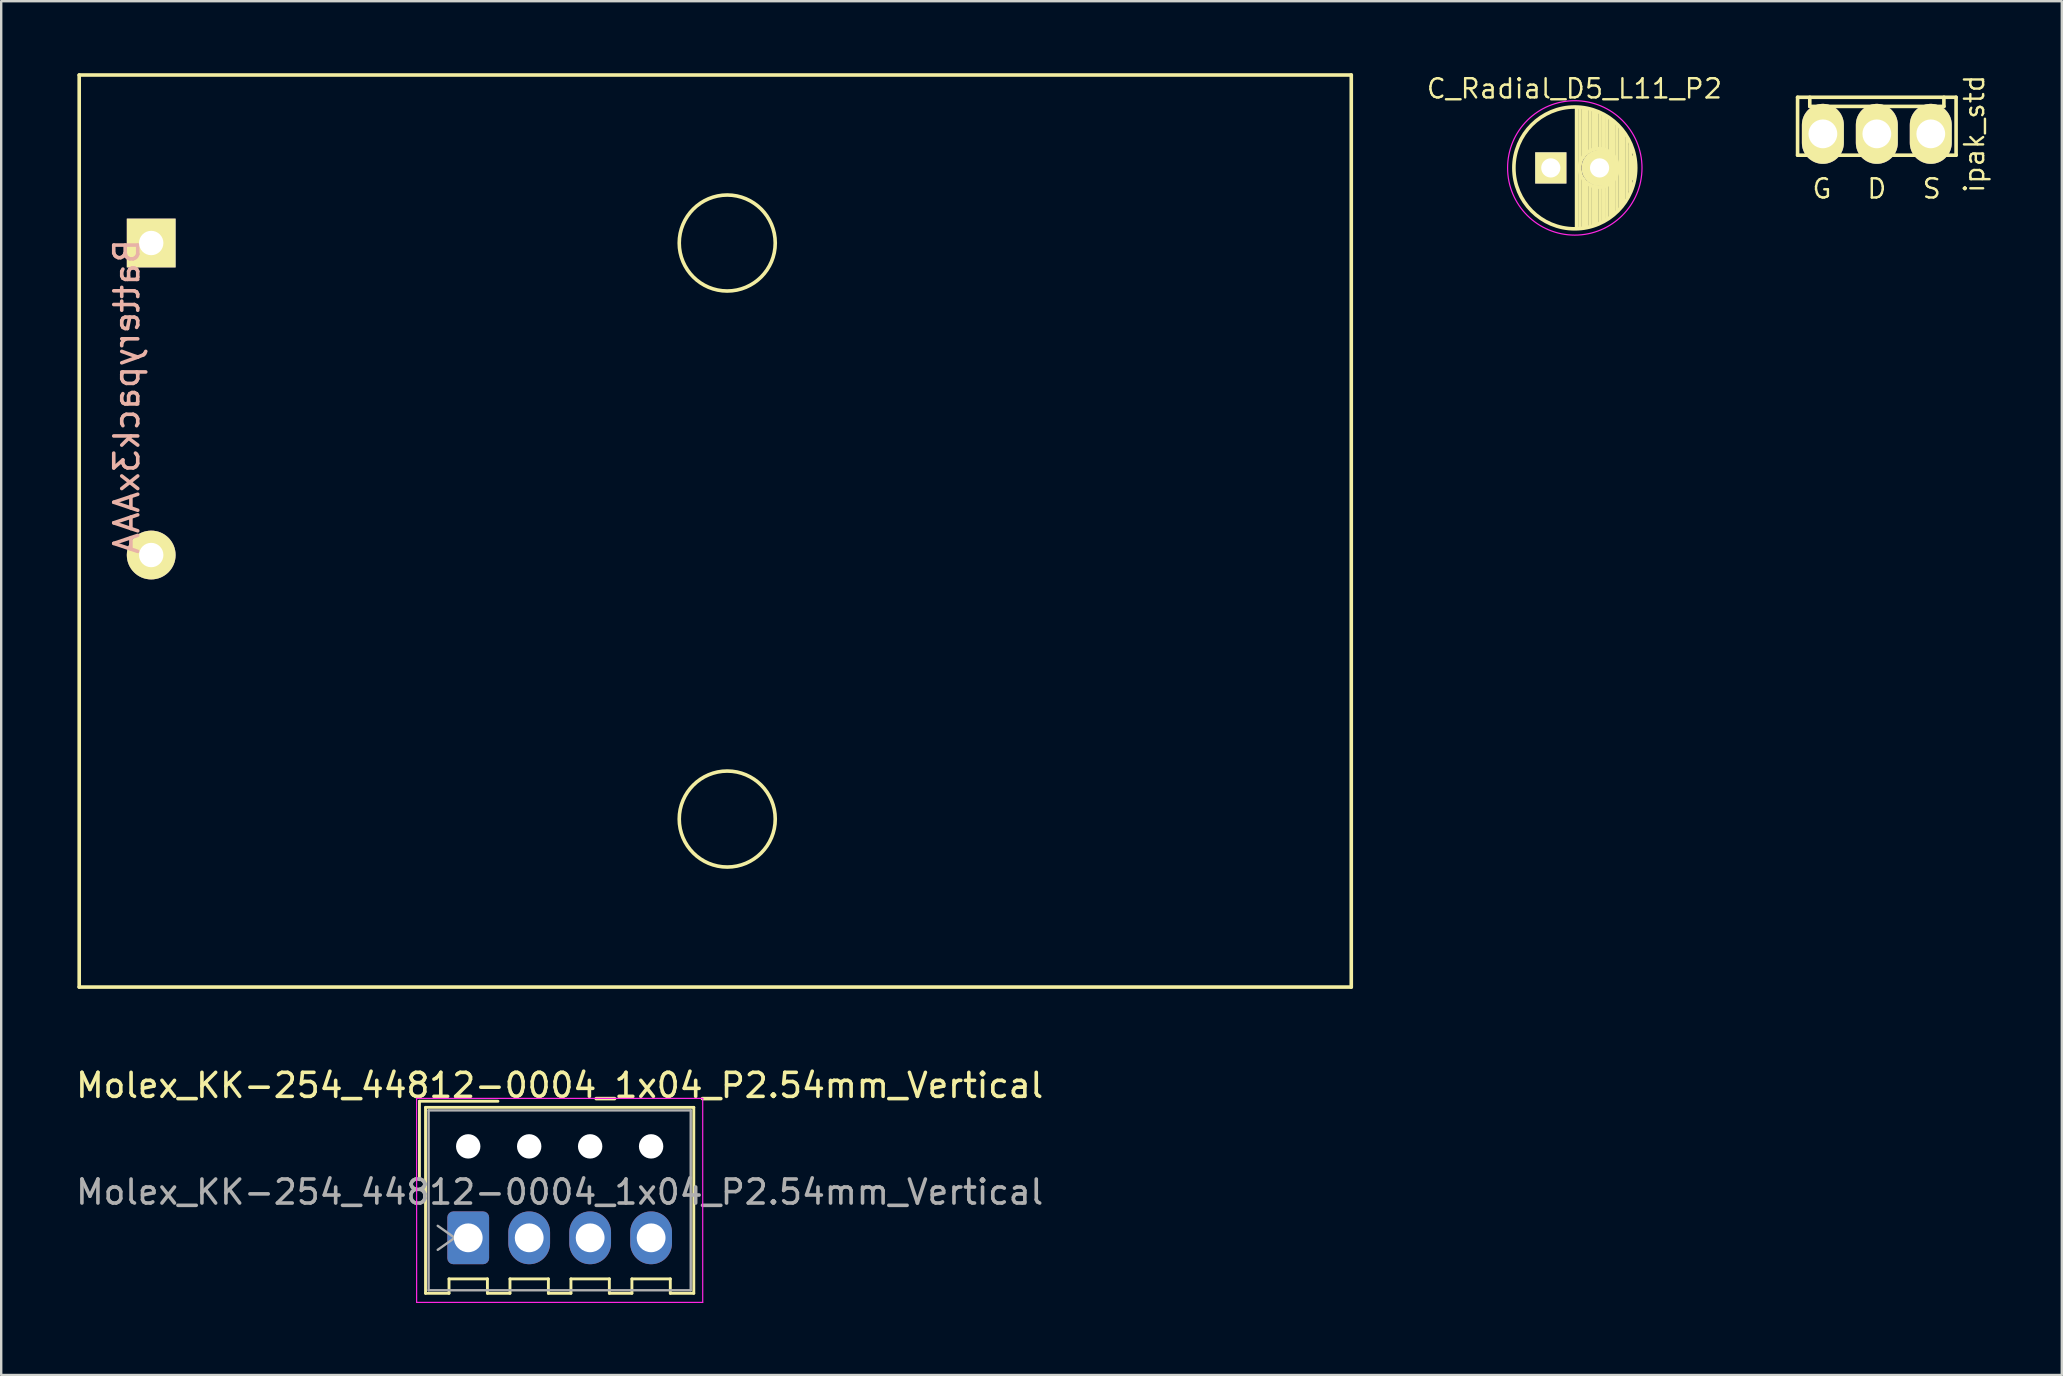
<source format=kicad_pcb>
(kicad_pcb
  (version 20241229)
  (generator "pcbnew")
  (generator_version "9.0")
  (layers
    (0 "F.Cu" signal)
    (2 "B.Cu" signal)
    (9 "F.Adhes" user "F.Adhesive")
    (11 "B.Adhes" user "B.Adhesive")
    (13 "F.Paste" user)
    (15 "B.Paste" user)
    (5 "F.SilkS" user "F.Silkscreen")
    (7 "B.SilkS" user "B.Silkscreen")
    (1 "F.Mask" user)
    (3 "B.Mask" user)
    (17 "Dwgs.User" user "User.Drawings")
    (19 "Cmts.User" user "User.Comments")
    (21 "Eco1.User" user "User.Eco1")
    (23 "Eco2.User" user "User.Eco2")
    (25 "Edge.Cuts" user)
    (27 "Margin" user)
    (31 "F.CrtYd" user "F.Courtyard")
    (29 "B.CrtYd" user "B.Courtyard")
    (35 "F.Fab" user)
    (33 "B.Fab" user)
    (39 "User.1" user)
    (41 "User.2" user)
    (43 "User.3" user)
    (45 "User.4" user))
  (footprint "Molex_KK-254_44812-0004_1x04_P2.54mm_Vertical"
    (layer "F.Cu")
    (at 16.458 48.523)
    (property "Reference" "Molex_KK-254_44812-0004_1x04_P2.54mm_Vertical" (at 3.81 -6.35 0) (layer "F.SilkS") (effects (font (size 1 1) (thickness 0.15))))
    (attr through_hole)
    (fp_line (start -2.032 -5.69) (end -2.032 -2.42) (stroke (width 0.12) (type solid)) (layer "F.SilkS"))
    (fp_line (start -2.032 -5.69) (end 1.238 -5.69) (stroke (width 0.12) (type solid)) (layer "F.SilkS"))
    (fp_line (start -1.778 -5.436) (end -1.778 2.311) (stroke (width 0.12) (type solid)) (layer "F.SilkS"))
    (fp_line (start -1.778 2.311) (end -0.8 2.311) (stroke (width 0.12) (type solid)) (layer "F.SilkS"))
    (fp_line (start -0.8 1.711) (end -0.8 2.311) (stroke (width 0.12) (type solid)) (layer "F.SilkS"))
    (fp_line (start -0.8 1.711) (end 0.8 1.711) (stroke (width 0.12) (type solid)) (layer "F.SilkS"))
    (fp_line (start 0.8 2.311) (end 0.8 1.711) (stroke (width 0.12) (type solid)) (layer "F.SilkS"))
    (fp_line (start 0.8 2.311) (end 1.74 2.311) (stroke (width 0.12) (type solid)) (layer "F.SilkS"))
    (fp_line (start 1.74 1.711) (end 1.74 2.311) (stroke (width 0.12) (type solid)) (layer "F.SilkS"))
    (fp_line (start 1.74 1.711) (end 3.34 1.711) (stroke (width 0.12) (type solid)) (layer "F.SilkS"))
    (fp_line (start 3.34 2.311) (end 3.34 1.711) (stroke (width 0.12) (type solid)) (layer "F.SilkS"))
    (fp_line (start 3.34 2.311) (end 4.28 2.311) (stroke (width 0.12) (type solid)) (layer "F.SilkS"))
    (fp_line (start 4.28 1.711) (end 4.28 2.311) (stroke (width 0.12) (type solid)) (layer "F.SilkS"))
    (fp_line (start 4.28 1.711) (end 5.88 1.711) (stroke (width 0.12) (type solid)) (layer "F.SilkS"))
    (fp_line (start 5.88 2.311) (end 5.88 1.711) (stroke (width 0.12) (type solid)) (layer "F.SilkS"))
    (fp_line (start 5.88 2.311) (end 6.82 2.311) (stroke (width 0.12) (type solid)) (layer "F.SilkS"))
    (fp_line (start 6.82 1.711) (end 6.82 2.311) (stroke (width 0.12) (type solid)) (layer "F.SilkS"))
    (fp_line (start 6.82 1.711) (end 8.42 1.711) (stroke (width 0.12) (type solid)) (layer "F.SilkS"))
    (fp_line (start 8.42 2.311) (end 8.42 1.711) (stroke (width 0.12) (type solid)) (layer "F.SilkS"))
    (fp_line (start 8.42 2.311) (end 9.398 2.311) (stroke (width 0.12) (type solid)) (layer "F.SilkS"))
    (fp_line (start 9.398 -5.436) (end -1.778 -5.436) (stroke (width 0.12) (type solid)) (layer "F.SilkS"))
    (fp_line (start 9.398 -5.436) (end 9.398 2.311) (stroke (width 0.12) (type solid)) (layer "F.SilkS"))
    (fp_line (start -2.15 -5.81) (end -2.15 2.69) (stroke (width 0.05) (type solid)) (layer "F.CrtYd"))
    (fp_line (start -2.15 2.69) (end 9.77 2.69) (stroke (width 0.05) (type solid)) (layer "F.CrtYd"))
    (fp_line (start 9.77 -5.81) (end -2.15 -5.81) (stroke (width 0.05) (type solid)) (layer "F.CrtYd"))
    (fp_line (start 9.77 2.69) (end 9.77 -5.81) (stroke (width 0.05) (type solid)) (layer "F.CrtYd"))
    (fp_line (start -1.651 -5.309) (end -1.651 2.184) (stroke (width 0.1) (type solid)) (layer "F.Fab"))
    (fp_line (start -1.651 -5.309) (end 9.271 -5.309) (stroke (width 0.1) (type solid)) (layer "F.Fab"))
    (fp_line (start -1.651 2.184) (end 9.271 2.184) (stroke (width 0.1) (type solid)) (layer "F.Fab"))
    (fp_line (start -1.27 -0.5) (end -0.563 0) (stroke (width 0.1) (type solid)) (layer "F.Fab"))
    (fp_line (start -0.563 0) (end -1.27 0.5) (stroke (width 0.1) (type solid)) (layer "F.Fab"))
    (fp_line (start 9.271 2.184) (end 9.271 -5.309) (stroke (width 0.1) (type solid)) (layer "F.Fab"))
    (fp_text user "${REFERENCE}" (at 3.81 -1.905 0) (layer "F.Fab") (effects (font (size 1 1) (thickness 0.15))))
    (pad "" np_thru_hole circle (at 0 -3.81) (size 1.016 1.016) (drill 1.016) (layers "*.Cu" "*.Mask"))
    (pad "" np_thru_hole circle (at 2.54 -3.81) (size 1.016 1.016) (drill 1.016) (layers "*.Cu" "*.Mask"))
    (pad "" np_thru_hole circle (at 5.08 -3.81) (size 1.016 1.016) (drill 1.016) (layers "*.Cu" "*.Mask"))
    (pad "" np_thru_hole circle (at 7.62 -3.81) (size 1.016 1.016) (drill 1.016) (layers "*.Cu" "*.Mask"))
    (pad "1" thru_hole roundrect (at 0 0) (size 1.74 2.2) (drill 1.2) (layers "*.Cu" "*.Mask") (roundrect_rratio 0.144))
    (pad "2" thru_hole oval (at 2.54 0) (size 1.74 2.2) (drill 1.2) (layers "*.Cu" "*.Mask"))
    (pad "3" thru_hole oval (at 5.08 0) (size 1.74 2.2) (drill 1.2) (layers "*.Cu" "*.Mask"))
    (pad "4" thru_hole oval (at 7.62 0) (size 1.74 2.2) (drill 1.2) (layers "*.Cu" "*.Mask")))
  (footprint "C_Radial_D5_L11_P2"
    (layer "F.Cu")
    (at 61.563 3.946)
    (property "Reference" "C_Radial_D5_L11_P2" (at 0.984 -3.302 0) (layer "F.SilkS") (effects (font (size 0.8 0.8) (thickness 0.1))))
    (attr through_hole)
    (fp_line (start 1.075 -2.499) (end 1.075 2.499) (stroke (width 0.15) (type solid)) (layer "F.SilkS"))
    (fp_line (start 1.215 -2.491) (end 1.215 -0.154) (stroke (width 0.15) (type solid)) (layer "F.SilkS"))
    (fp_line (start 1.215 0.154) (end 1.215 2.491) (stroke (width 0.15) (type solid)) (layer "F.SilkS"))
    (fp_line (start 1.355 -2.475) (end 1.355 -0.473) (stroke (width 0.15) (type solid)) (layer "F.SilkS"))
    (fp_line (start 1.355 0.473) (end 1.355 2.475) (stroke (width 0.15) (type solid)) (layer "F.SilkS"))
    (fp_line (start 1.495 -2.451) (end 1.495 -0.62) (stroke (width 0.15) (type solid)) (layer "F.SilkS"))
    (fp_line (start 1.495 0.62) (end 1.495 2.451) (stroke (width 0.15) (type solid)) (layer "F.SilkS"))
    (fp_line (start 1.635 -2.418) (end 1.635 -0.712) (stroke (width 0.15) (type solid)) (layer "F.SilkS"))
    (fp_line (start 1.635 0.712) (end 1.635 2.418) (stroke (width 0.15) (type solid)) (layer "F.SilkS"))
    (fp_line (start 1.775 -2.377) (end 1.775 -0.768) (stroke (width 0.15) (type solid)) (layer "F.SilkS"))
    (fp_line (start 1.775 0.768) (end 1.775 2.377) (stroke (width 0.15) (type solid)) (layer "F.SilkS"))
    (fp_line (start 1.915 -2.327) (end 1.915 -0.795) (stroke (width 0.15) (type solid)) (layer "F.SilkS"))
    (fp_line (start 1.915 0.795) (end 1.915 2.327) (stroke (width 0.15) (type solid)) (layer "F.SilkS"))
    (fp_line (start 2.055 -2.266) (end 2.055 -0.798) (stroke (width 0.15) (type solid)) (layer "F.SilkS"))
    (fp_line (start 2.055 0.798) (end 2.055 2.266) (stroke (width 0.15) (type solid)) (layer "F.SilkS"))
    (fp_line (start 2.195 -2.196) (end 2.195 -0.776) (stroke (width 0.15) (type solid)) (layer "F.SilkS"))
    (fp_line (start 2.195 0.776) (end 2.195 2.196) (stroke (width 0.15) (type solid)) (layer "F.SilkS"))
    (fp_line (start 2.335 -2.114) (end 2.335 -0.726) (stroke (width 0.15) (type solid)) (layer "F.SilkS"))
    (fp_line (start 2.335 0.726) (end 2.335 2.114) (stroke (width 0.15) (type solid)) (layer "F.SilkS"))
    (fp_line (start 2.475 -2.019) (end 2.475 -0.644) (stroke (width 0.15) (type solid)) (layer "F.SilkS"))
    (fp_line (start 2.475 0.644) (end 2.475 2.019) (stroke (width 0.15) (type solid)) (layer "F.SilkS"))
    (fp_line (start 2.615 -1.908) (end 2.615 -0.512) (stroke (width 0.15) (type solid)) (layer "F.SilkS"))
    (fp_line (start 2.615 0.512) (end 2.615 1.908) (stroke (width 0.15) (type solid)) (layer "F.SilkS"))
    (fp_line (start 2.755 -1.78) (end 2.755 -0.265) (stroke (width 0.15) (type solid)) (layer "F.SilkS"))
    (fp_line (start 2.755 0.265) (end 2.755 1.78) (stroke (width 0.15) (type solid)) (layer "F.SilkS"))
    (fp_line (start 2.895 -1.631) (end 2.895 1.631) (stroke (width 0.15) (type solid)) (layer "F.SilkS"))
    (fp_line (start 3.035 -1.452) (end 3.035 1.452) (stroke (width 0.15) (type solid)) (layer "F.SilkS"))
    (fp_line (start 3.175 -1.233) (end 3.175 1.233) (stroke (width 0.15) (type solid)) (layer "F.SilkS"))
    (fp_line (start 3.315 -0.944) (end 3.315 0.944) (stroke (width 0.15) (type solid)) (layer "F.SilkS"))
    (fp_line (start 3.455 -0.472) (end 3.455 0.472) (stroke (width 0.15) (type solid)) (layer "F.SilkS"))
    (fp_circle (center 1 0) (end 1 -2.538) (stroke (width 0.15) (type solid)) (fill no) (layer "F.SilkS"))
    (fp_circle (center 2 0) (end 2 -0.8) (stroke (width 0.15) (type solid)) (fill no) (layer "F.SilkS"))
    (fp_circle (center 1 0) (end 1 -2.8) (stroke (width 0.05) (type solid)) (fill no) (layer "F.CrtYd"))
    (pad "1" thru_hole rect (at 0 0) (size 1.3 1.3) (drill 0.8) (layers "*.Cu" "*.Mask" "F.SilkS"))
    (pad "2" thru_hole circle (at 2.032 0) (size 1.5 1.5) (drill 0.8) (layers "*.Cu" "*.Mask" "F.SilkS")))
  (footprint "ipak_std"
    (layer "F.Cu")
    (at 75.147 2.527)
    (property "Reference" "ipak_std" (at 4.064 0 90) (layer "F.SilkS") (effects (font (size 0.8 0.8) (thickness 0.1))))
    (attr through_hole)
    (fp_line (start -3.302 -1.524) (end 3.302 -1.524) (stroke (width 0.15) (type solid)) (layer "F.SilkS"))
    (fp_line (start -3.302 0.889) (end -3.302 -1.524) (stroke (width 0.15) (type solid)) (layer "F.SilkS"))
    (fp_line (start -2.794 -1.524) (end -2.794 -1.143) (stroke (width 0.15) (type solid)) (layer "F.SilkS"))
    (fp_line (start -2.794 -1.143) (end 2.794 -1.143) (stroke (width 0.15) (type solid)) (layer "F.SilkS"))
    (fp_line (start 2.794 -1.143) (end 2.794 -1.524) (stroke (width 0.15) (type solid)) (layer "F.SilkS"))
    (fp_line (start 3.302 -1.524) (end 3.302 0.889) (stroke (width 0.15) (type solid)) (layer "F.SilkS"))
    (fp_line (start 3.302 0.889) (end -3.302 0.889) (stroke (width 0.15) (type solid)) (layer "F.SilkS"))
    (fp_text user "D" (at 0 2.286 0) (layer "F.SilkS") (effects (font (size 0.8 0.8) (thickness 0.1))))
    (fp_text user "G" (at -2.286 2.286 0) (layer "F.SilkS") (effects (font (size 0.8 0.8) (thickness 0.1))))
    (fp_text user "S" (at 2.286 2.286 0) (layer "F.SilkS") (effects (font (size 0.8 0.8) (thickness 0.1))))
    (pad "1" thru_hole oval (at -2.248 0) (size 1.748 2.499) (drill 1.199) (layers "*.Cu" "*.Mask" "F.SilkS"))
    (pad "2" thru_hole oval (at 0 0) (size 1.748 2.499) (drill 1.199) (layers "*.Cu" "*.Mask" "F.SilkS"))
    (pad "3" thru_hole oval (at 2.248 0) (size 1.748 2.499) (drill 1.199) (layers "*.Cu" "*.Mask" "F.SilkS")))
  (footprint "Batterypack3xAAA"
    (layer "F.Cu")
    (at 0.25 38.075)
    (property "Reference" "Batterypack3xAAA" (at 1.984 -24.604 270) (layer "B.SilkS") (effects (font (size 1 1) (thickness 0.15)) (justify mirror)))
    (attr through_hole)
    (fp_line (start 0 -38) (end 0 0) (stroke (width 0.15) (type solid)) (layer "F.SilkS"))
    (fp_line (start 0 0) (end 53 0) (stroke (width 0.15) (type solid)) (layer "F.SilkS"))
    (fp_line (start 53 -38) (end 0 -38) (stroke (width 0.15) (type solid)) (layer "F.SilkS"))
    (fp_line (start 53 0) (end 53 -38) (stroke (width 0.15) (type solid)) (layer "F.SilkS"))
    (fp_circle (center 27 -31) (end 29 -31) (stroke (width 0.15) (type solid)) (fill no) (layer "F.SilkS"))
    (fp_circle (center 27 -7) (end 29 -7) (stroke (width 0.15) (type solid)) (fill no) (layer "F.SilkS"))
    (pad "1" thru_hole oval (at 3 -18) (size 2.032 2.032) (drill 1.016) (layers "*.Cu" "*.Mask" "F.SilkS"))
    (pad "2" thru_hole rect (at 3 -31) (size 2.032 2.032) (drill 1.016) (layers "*.Cu" "*.Mask" "F.SilkS")))
  (gr_rect
    (start -3 -3)
    (end 82.854 54.238)
    (stroke (width 0.1) (type default))
    (fill no)
    (layer "Edge.Cuts")))
</source>
